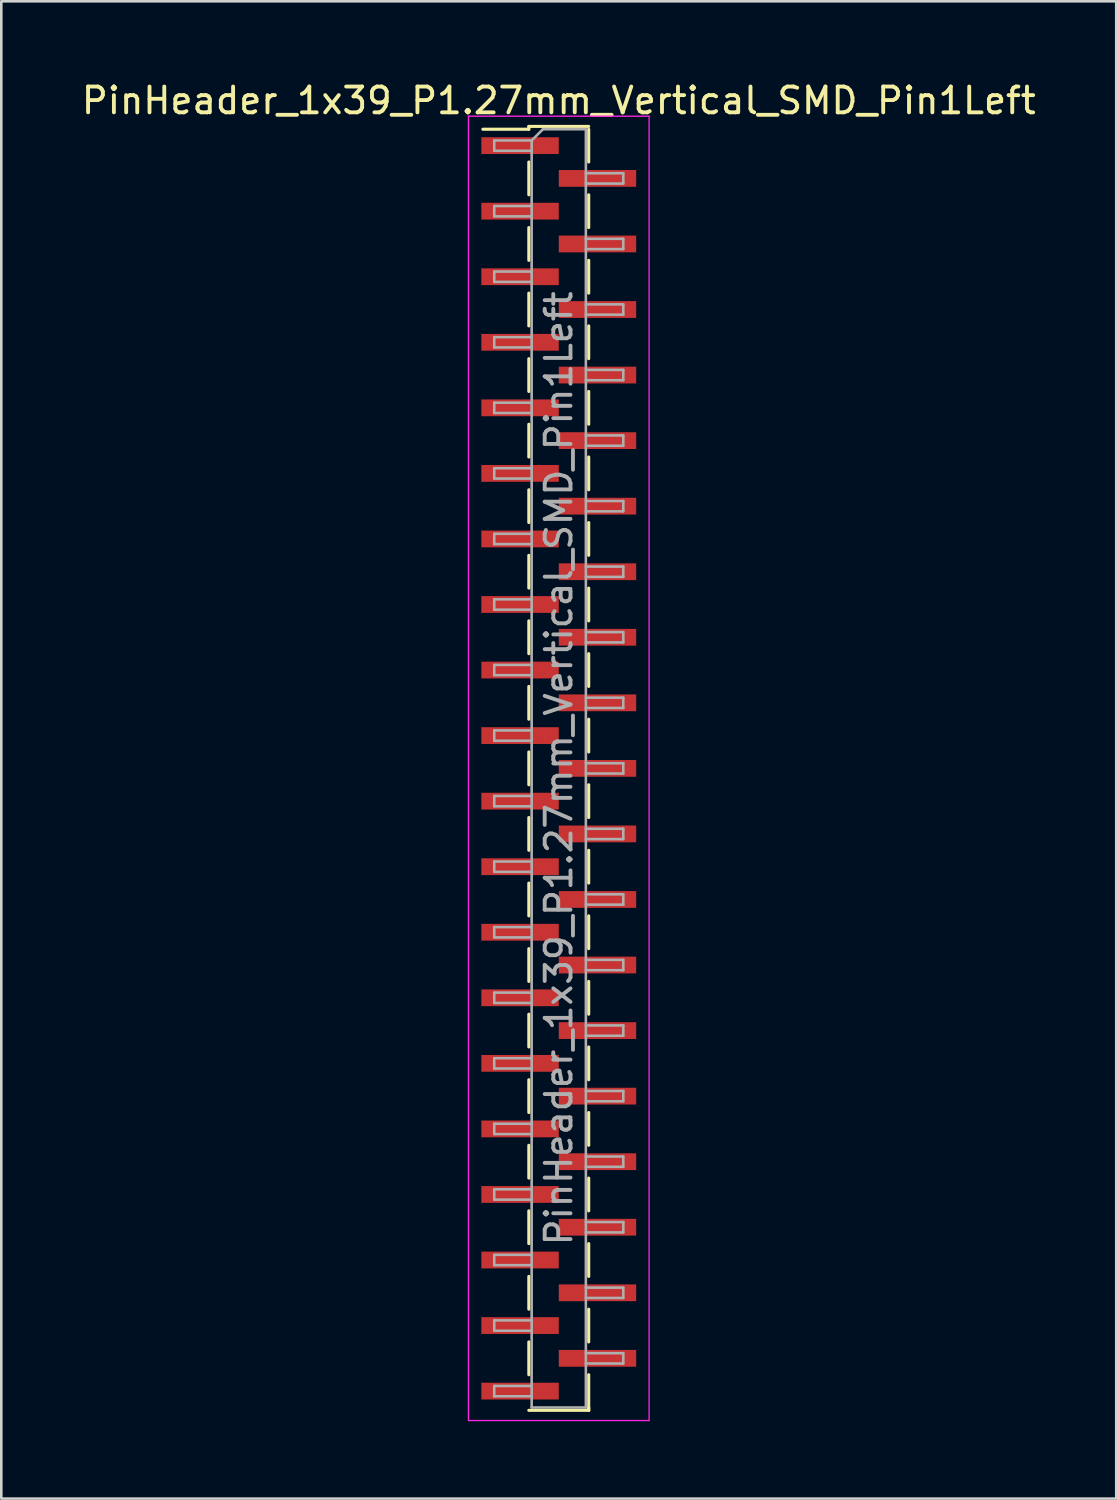
<source format=kicad_pcb>
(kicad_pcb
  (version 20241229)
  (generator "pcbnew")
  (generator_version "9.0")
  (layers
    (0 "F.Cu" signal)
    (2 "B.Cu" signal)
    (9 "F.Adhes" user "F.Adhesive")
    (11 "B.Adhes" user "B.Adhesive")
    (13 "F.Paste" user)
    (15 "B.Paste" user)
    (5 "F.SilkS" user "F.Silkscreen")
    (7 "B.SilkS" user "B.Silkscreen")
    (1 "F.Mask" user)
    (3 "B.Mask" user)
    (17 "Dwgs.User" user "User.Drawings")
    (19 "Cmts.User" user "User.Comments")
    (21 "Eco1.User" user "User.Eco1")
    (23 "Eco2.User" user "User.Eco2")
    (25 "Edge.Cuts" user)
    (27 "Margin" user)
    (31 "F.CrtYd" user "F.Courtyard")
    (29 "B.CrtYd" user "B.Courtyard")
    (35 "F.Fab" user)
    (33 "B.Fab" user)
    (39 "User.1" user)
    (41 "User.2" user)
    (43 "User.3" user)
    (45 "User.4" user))
  (footprint "PinHeader_1x39_P1.27mm_Vertical_SMD_Pin1Left"
    (layer "F.Cu")
    (at 18.601 26.723)
    (property "Reference" "PinHeader_1x39_P1.27mm_Vertical_SMD_Pin1Left" (at 0 -25.875 0) (layer "F.SilkS") (effects (font (size 1 1) (thickness 0.15))))
    (attr smd)
    (fp_line (start -1.16 -24.875) (end -1.16 -24.765) (stroke (width 0.12) (type solid)) (layer "F.SilkS"))
    (fp_line (start -1.16 -24.875) (end 1.16 -24.875) (stroke (width 0.12) (type solid)) (layer "F.SilkS"))
    (fp_line (start -1.16 -24.765) (end -2.94 -24.765) (stroke (width 0.12) (type solid)) (layer "F.SilkS"))
    (fp_line (start -1.16 -23.495) (end -1.16 -22.225) (stroke (width 0.12) (type solid)) (layer "F.SilkS"))
    (fp_line (start -1.16 -20.955) (end -1.16 -19.685) (stroke (width 0.12) (type solid)) (layer "F.SilkS"))
    (fp_line (start -1.16 -18.415) (end -1.16 -17.145) (stroke (width 0.12) (type solid)) (layer "F.SilkS"))
    (fp_line (start -1.16 -15.875) (end -1.16 -14.605) (stroke (width 0.12) (type solid)) (layer "F.SilkS"))
    (fp_line (start -1.16 -13.335) (end -1.16 -12.065) (stroke (width 0.12) (type solid)) (layer "F.SilkS"))
    (fp_line (start -1.16 -10.795) (end -1.16 -9.525) (stroke (width 0.12) (type solid)) (layer "F.SilkS"))
    (fp_line (start -1.16 -8.255) (end -1.16 -6.985) (stroke (width 0.12) (type solid)) (layer "F.SilkS"))
    (fp_line (start -1.16 -5.715) (end -1.16 -4.445) (stroke (width 0.12) (type solid)) (layer "F.SilkS"))
    (fp_line (start -1.16 -3.175) (end -1.16 -1.905) (stroke (width 0.12) (type solid)) (layer "F.SilkS"))
    (fp_line (start -1.16 -0.635) (end -1.16 0.635) (stroke (width 0.12) (type solid)) (layer "F.SilkS"))
    (fp_line (start -1.16 1.905) (end -1.16 3.175) (stroke (width 0.12) (type solid)) (layer "F.SilkS"))
    (fp_line (start -1.16 4.445) (end -1.16 5.715) (stroke (width 0.12) (type solid)) (layer "F.SilkS"))
    (fp_line (start -1.16 6.985) (end -1.16 8.255) (stroke (width 0.12) (type solid)) (layer "F.SilkS"))
    (fp_line (start -1.16 9.525) (end -1.16 10.795) (stroke (width 0.12) (type solid)) (layer "F.SilkS"))
    (fp_line (start -1.16 12.065) (end -1.16 13.335) (stroke (width 0.12) (type solid)) (layer "F.SilkS"))
    (fp_line (start -1.16 14.605) (end -1.16 15.875) (stroke (width 0.12) (type solid)) (layer "F.SilkS"))
    (fp_line (start -1.16 17.145) (end -1.16 18.415) (stroke (width 0.12) (type solid)) (layer "F.SilkS"))
    (fp_line (start -1.16 19.685) (end -1.16 20.955) (stroke (width 0.12) (type solid)) (layer "F.SilkS"))
    (fp_line (start -1.16 22.225) (end -1.16 23.495) (stroke (width 0.12) (type solid)) (layer "F.SilkS"))
    (fp_line (start -1.16 24.875) (end 1.16 24.875) (stroke (width 0.12) (type solid)) (layer "F.SilkS"))
    (fp_line (start 1.16 -24.765) (end 1.16 -23.495) (stroke (width 0.12) (type solid)) (layer "F.SilkS"))
    (fp_line (start 1.16 -22.225) (end 1.16 -20.955) (stroke (width 0.12) (type solid)) (layer "F.SilkS"))
    (fp_line (start 1.16 -19.685) (end 1.16 -18.415) (stroke (width 0.12) (type solid)) (layer "F.SilkS"))
    (fp_line (start 1.16 -17.145) (end 1.16 -15.875) (stroke (width 0.12) (type solid)) (layer "F.SilkS"))
    (fp_line (start 1.16 -14.605) (end 1.16 -13.335) (stroke (width 0.12) (type solid)) (layer "F.SilkS"))
    (fp_line (start 1.16 -12.065) (end 1.16 -10.795) (stroke (width 0.12) (type solid)) (layer "F.SilkS"))
    (fp_line (start 1.16 -9.525) (end 1.16 -8.255) (stroke (width 0.12) (type solid)) (layer "F.SilkS"))
    (fp_line (start 1.16 -6.985) (end 1.16 -5.715) (stroke (width 0.12) (type solid)) (layer "F.SilkS"))
    (fp_line (start 1.16 -4.445) (end 1.16 -3.175) (stroke (width 0.12) (type solid)) (layer "F.SilkS"))
    (fp_line (start 1.16 -1.905) (end 1.16 -0.635) (stroke (width 0.12) (type solid)) (layer "F.SilkS"))
    (fp_line (start 1.16 0.635) (end 1.16 1.905) (stroke (width 0.12) (type solid)) (layer "F.SilkS"))
    (fp_line (start 1.16 3.175) (end 1.16 4.445) (stroke (width 0.12) (type solid)) (layer "F.SilkS"))
    (fp_line (start 1.16 5.715) (end 1.16 6.985) (stroke (width 0.12) (type solid)) (layer "F.SilkS"))
    (fp_line (start 1.16 8.255) (end 1.16 9.525) (stroke (width 0.12) (type solid)) (layer "F.SilkS"))
    (fp_line (start 1.16 10.795) (end 1.16 12.065) (stroke (width 0.12) (type solid)) (layer "F.SilkS"))
    (fp_line (start 1.16 13.335) (end 1.16 14.605) (stroke (width 0.12) (type solid)) (layer "F.SilkS"))
    (fp_line (start 1.16 15.875) (end 1.16 17.145) (stroke (width 0.12) (type solid)) (layer "F.SilkS"))
    (fp_line (start 1.16 18.415) (end 1.16 19.685) (stroke (width 0.12) (type solid)) (layer "F.SilkS"))
    (fp_line (start 1.16 20.955) (end 1.16 22.225) (stroke (width 0.12) (type solid)) (layer "F.SilkS"))
    (fp_line (start 1.16 23.495) (end 1.16 24.875) (stroke (width 0.12) (type solid)) (layer "F.SilkS"))
    (fp_line (start 1.16 24.765) (end 1.16 24.875) (stroke (width 0.12) (type solid)) (layer "F.SilkS"))
    (fp_line (start -3.5 -25.27) (end -3.5 25.27) (stroke (width 0.05) (type solid)) (layer "F.CrtYd"))
    (fp_line (start -3.5 25.27) (end 3.5 25.27) (stroke (width 0.05) (type solid)) (layer "F.CrtYd"))
    (fp_line (start 3.5 -25.27) (end -3.5 -25.27) (stroke (width 0.05) (type solid)) (layer "F.CrtYd"))
    (fp_line (start 3.5 25.27) (end 3.5 -25.27) (stroke (width 0.05) (type solid)) (layer "F.CrtYd"))
    (fp_line (start -2.5 -24.33) (end -2.5 -23.93) (stroke (width 0.1) (type solid)) (layer "F.Fab"))
    (fp_line (start -2.5 -23.93) (end -1.05 -23.93) (stroke (width 0.1) (type solid)) (layer "F.Fab"))
    (fp_line (start -2.5 -21.79) (end -2.5 -21.39) (stroke (width 0.1) (type solid)) (layer "F.Fab"))
    (fp_line (start -2.5 -21.39) (end -1.05 -21.39) (stroke (width 0.1) (type solid)) (layer "F.Fab"))
    (fp_line (start -2.5 -19.25) (end -2.5 -18.85) (stroke (width 0.1) (type solid)) (layer "F.Fab"))
    (fp_line (start -2.5 -18.85) (end -1.05 -18.85) (stroke (width 0.1) (type solid)) (layer "F.Fab"))
    (fp_line (start -2.5 -16.71) (end -2.5 -16.31) (stroke (width 0.1) (type solid)) (layer "F.Fab"))
    (fp_line (start -2.5 -16.31) (end -1.05 -16.31) (stroke (width 0.1) (type solid)) (layer "F.Fab"))
    (fp_line (start -2.5 -14.17) (end -2.5 -13.77) (stroke (width 0.1) (type solid)) (layer "F.Fab"))
    (fp_line (start -2.5 -13.77) (end -1.05 -13.77) (stroke (width 0.1) (type solid)) (layer "F.Fab"))
    (fp_line (start -2.5 -11.63) (end -2.5 -11.23) (stroke (width 0.1) (type solid)) (layer "F.Fab"))
    (fp_line (start -2.5 -11.23) (end -1.05 -11.23) (stroke (width 0.1) (type solid)) (layer "F.Fab"))
    (fp_line (start -2.5 -9.09) (end -2.5 -8.69) (stroke (width 0.1) (type solid)) (layer "F.Fab"))
    (fp_line (start -2.5 -8.69) (end -1.05 -8.69) (stroke (width 0.1) (type solid)) (layer "F.Fab"))
    (fp_line (start -2.5 -6.55) (end -2.5 -6.15) (stroke (width 0.1) (type solid)) (layer "F.Fab"))
    (fp_line (start -2.5 -6.15) (end -1.05 -6.15) (stroke (width 0.1) (type solid)) (layer "F.Fab"))
    (fp_line (start -2.5 -4.01) (end -2.5 -3.61) (stroke (width 0.1) (type solid)) (layer "F.Fab"))
    (fp_line (start -2.5 -3.61) (end -1.05 -3.61) (stroke (width 0.1) (type solid)) (layer "F.Fab"))
    (fp_line (start -2.5 -1.47) (end -2.5 -1.07) (stroke (width 0.1) (type solid)) (layer "F.Fab"))
    (fp_line (start -2.5 -1.07) (end -1.05 -1.07) (stroke (width 0.1) (type solid)) (layer "F.Fab"))
    (fp_line (start -2.5 1.07) (end -2.5 1.47) (stroke (width 0.1) (type solid)) (layer "F.Fab"))
    (fp_line (start -2.5 1.47) (end -1.05 1.47) (stroke (width 0.1) (type solid)) (layer "F.Fab"))
    (fp_line (start -2.5 3.61) (end -2.5 4.01) (stroke (width 0.1) (type solid)) (layer "F.Fab"))
    (fp_line (start -2.5 4.01) (end -1.05 4.01) (stroke (width 0.1) (type solid)) (layer "F.Fab"))
    (fp_line (start -2.5 6.15) (end -2.5 6.55) (stroke (width 0.1) (type solid)) (layer "F.Fab"))
    (fp_line (start -2.5 6.55) (end -1.05 6.55) (stroke (width 0.1) (type solid)) (layer "F.Fab"))
    (fp_line (start -2.5 8.69) (end -2.5 9.09) (stroke (width 0.1) (type solid)) (layer "F.Fab"))
    (fp_line (start -2.5 9.09) (end -1.05 9.09) (stroke (width 0.1) (type solid)) (layer "F.Fab"))
    (fp_line (start -2.5 11.23) (end -2.5 11.63) (stroke (width 0.1) (type solid)) (layer "F.Fab"))
    (fp_line (start -2.5 11.63) (end -1.05 11.63) (stroke (width 0.1) (type solid)) (layer "F.Fab"))
    (fp_line (start -2.5 13.77) (end -2.5 14.17) (stroke (width 0.1) (type solid)) (layer "F.Fab"))
    (fp_line (start -2.5 14.17) (end -1.05 14.17) (stroke (width 0.1) (type solid)) (layer "F.Fab"))
    (fp_line (start -2.5 16.31) (end -2.5 16.71) (stroke (width 0.1) (type solid)) (layer "F.Fab"))
    (fp_line (start -2.5 16.71) (end -1.05 16.71) (stroke (width 0.1) (type solid)) (layer "F.Fab"))
    (fp_line (start -2.5 18.85) (end -2.5 19.25) (stroke (width 0.1) (type solid)) (layer "F.Fab"))
    (fp_line (start -2.5 19.25) (end -1.05 19.25) (stroke (width 0.1) (type solid)) (layer "F.Fab"))
    (fp_line (start -2.5 21.39) (end -2.5 21.79) (stroke (width 0.1) (type solid)) (layer "F.Fab"))
    (fp_line (start -2.5 21.79) (end -1.05 21.79) (stroke (width 0.1) (type solid)) (layer "F.Fab"))
    (fp_line (start -2.5 23.93) (end -2.5 24.33) (stroke (width 0.1) (type solid)) (layer "F.Fab"))
    (fp_line (start -2.5 24.33) (end -1.05 24.33) (stroke (width 0.1) (type solid)) (layer "F.Fab"))
    (fp_line (start -1.05 -24.33) (end -2.5 -24.33) (stroke (width 0.1) (type solid)) (layer "F.Fab"))
    (fp_line (start -1.05 -24.33) (end -0.615 -24.765) (stroke (width 0.1) (type solid)) (layer "F.Fab"))
    (fp_line (start -1.05 -21.79) (end -2.5 -21.79) (stroke (width 0.1) (type solid)) (layer "F.Fab"))
    (fp_line (start -1.05 -19.25) (end -2.5 -19.25) (stroke (width 0.1) (type solid)) (layer "F.Fab"))
    (fp_line (start -1.05 -16.71) (end -2.5 -16.71) (stroke (width 0.1) (type solid)) (layer "F.Fab"))
    (fp_line (start -1.05 -14.17) (end -2.5 -14.17) (stroke (width 0.1) (type solid)) (layer "F.Fab"))
    (fp_line (start -1.05 -11.63) (end -2.5 -11.63) (stroke (width 0.1) (type solid)) (layer "F.Fab"))
    (fp_line (start -1.05 -9.09) (end -2.5 -9.09) (stroke (width 0.1) (type solid)) (layer "F.Fab"))
    (fp_line (start -1.05 -6.55) (end -2.5 -6.55) (stroke (width 0.1) (type solid)) (layer "F.Fab"))
    (fp_line (start -1.05 -4.01) (end -2.5 -4.01) (stroke (width 0.1) (type solid)) (layer "F.Fab"))
    (fp_line (start -1.05 -1.47) (end -2.5 -1.47) (stroke (width 0.1) (type solid)) (layer "F.Fab"))
    (fp_line (start -1.05 1.07) (end -2.5 1.07) (stroke (width 0.1) (type solid)) (layer "F.Fab"))
    (fp_line (start -1.05 3.61) (end -2.5 3.61) (stroke (width 0.1) (type solid)) (layer "F.Fab"))
    (fp_line (start -1.05 6.15) (end -2.5 6.15) (stroke (width 0.1) (type solid)) (layer "F.Fab"))
    (fp_line (start -1.05 8.69) (end -2.5 8.69) (stroke (width 0.1) (type solid)) (layer "F.Fab"))
    (fp_line (start -1.05 11.23) (end -2.5 11.23) (stroke (width 0.1) (type solid)) (layer "F.Fab"))
    (fp_line (start -1.05 13.77) (end -2.5 13.77) (stroke (width 0.1) (type solid)) (layer "F.Fab"))
    (fp_line (start -1.05 16.31) (end -2.5 16.31) (stroke (width 0.1) (type solid)) (layer "F.Fab"))
    (fp_line (start -1.05 18.85) (end -2.5 18.85) (stroke (width 0.1) (type solid)) (layer "F.Fab"))
    (fp_line (start -1.05 21.39) (end -2.5 21.39) (stroke (width 0.1) (type solid)) (layer "F.Fab"))
    (fp_line (start -1.05 23.93) (end -2.5 23.93) (stroke (width 0.1) (type solid)) (layer "F.Fab"))
    (fp_line (start -1.05 24.765) (end -1.05 -24.33) (stroke (width 0.1) (type solid)) (layer "F.Fab"))
    (fp_line (start -0.615 -24.765) (end 1.05 -24.765) (stroke (width 0.1) (type solid)) (layer "F.Fab"))
    (fp_line (start 1.05 -24.765) (end 1.05 24.765) (stroke (width 0.1) (type solid)) (layer "F.Fab"))
    (fp_line (start 1.05 -23.06) (end 2.5 -23.06) (stroke (width 0.1) (type solid)) (layer "F.Fab"))
    (fp_line (start 1.05 -20.52) (end 2.5 -20.52) (stroke (width 0.1) (type solid)) (layer "F.Fab"))
    (fp_line (start 1.05 -17.98) (end 2.5 -17.98) (stroke (width 0.1) (type solid)) (layer "F.Fab"))
    (fp_line (start 1.05 -15.44) (end 2.5 -15.44) (stroke (width 0.1) (type solid)) (layer "F.Fab"))
    (fp_line (start 1.05 -12.9) (end 2.5 -12.9) (stroke (width 0.1) (type solid)) (layer "F.Fab"))
    (fp_line (start 1.05 -10.36) (end 2.5 -10.36) (stroke (width 0.1) (type solid)) (layer "F.Fab"))
    (fp_line (start 1.05 -7.82) (end 2.5 -7.82) (stroke (width 0.1) (type solid)) (layer "F.Fab"))
    (fp_line (start 1.05 -5.28) (end 2.5 -5.28) (stroke (width 0.1) (type solid)) (layer "F.Fab"))
    (fp_line (start 1.05 -2.74) (end 2.5 -2.74) (stroke (width 0.1) (type solid)) (layer "F.Fab"))
    (fp_line (start 1.05 -0.2) (end 2.5 -0.2) (stroke (width 0.1) (type solid)) (layer "F.Fab"))
    (fp_line (start 1.05 2.34) (end 2.5 2.34) (stroke (width 0.1) (type solid)) (layer "F.Fab"))
    (fp_line (start 1.05 4.88) (end 2.5 4.88) (stroke (width 0.1) (type solid)) (layer "F.Fab"))
    (fp_line (start 1.05 7.42) (end 2.5 7.42) (stroke (width 0.1) (type solid)) (layer "F.Fab"))
    (fp_line (start 1.05 9.96) (end 2.5 9.96) (stroke (width 0.1) (type solid)) (layer "F.Fab"))
    (fp_line (start 1.05 12.5) (end 2.5 12.5) (stroke (width 0.1) (type solid)) (layer "F.Fab"))
    (fp_line (start 1.05 15.04) (end 2.5 15.04) (stroke (width 0.1) (type solid)) (layer "F.Fab"))
    (fp_line (start 1.05 17.58) (end 2.5 17.58) (stroke (width 0.1) (type solid)) (layer "F.Fab"))
    (fp_line (start 1.05 20.12) (end 2.5 20.12) (stroke (width 0.1) (type solid)) (layer "F.Fab"))
    (fp_line (start 1.05 22.66) (end 2.5 22.66) (stroke (width 0.1) (type solid)) (layer "F.Fab"))
    (fp_line (start 1.05 24.765) (end -1.05 24.765) (stroke (width 0.1) (type solid)) (layer "F.Fab"))
    (fp_line (start 2.5 -23.06) (end 2.5 -22.66) (stroke (width 0.1) (type solid)) (layer "F.Fab"))
    (fp_line (start 2.5 -22.66) (end 1.05 -22.66) (stroke (width 0.1) (type solid)) (layer "F.Fab"))
    (fp_line (start 2.5 -20.52) (end 2.5 -20.12) (stroke (width 0.1) (type solid)) (layer "F.Fab"))
    (fp_line (start 2.5 -20.12) (end 1.05 -20.12) (stroke (width 0.1) (type solid)) (layer "F.Fab"))
    (fp_line (start 2.5 -17.98) (end 2.5 -17.58) (stroke (width 0.1) (type solid)) (layer "F.Fab"))
    (fp_line (start 2.5 -17.58) (end 1.05 -17.58) (stroke (width 0.1) (type solid)) (layer "F.Fab"))
    (fp_line (start 2.5 -15.44) (end 2.5 -15.04) (stroke (width 0.1) (type solid)) (layer "F.Fab"))
    (fp_line (start 2.5 -15.04) (end 1.05 -15.04) (stroke (width 0.1) (type solid)) (layer "F.Fab"))
    (fp_line (start 2.5 -12.9) (end 2.5 -12.5) (stroke (width 0.1) (type solid)) (layer "F.Fab"))
    (fp_line (start 2.5 -12.5) (end 1.05 -12.5) (stroke (width 0.1) (type solid)) (layer "F.Fab"))
    (fp_line (start 2.5 -10.36) (end 2.5 -9.96) (stroke (width 0.1) (type solid)) (layer "F.Fab"))
    (fp_line (start 2.5 -9.96) (end 1.05 -9.96) (stroke (width 0.1) (type solid)) (layer "F.Fab"))
    (fp_line (start 2.5 -7.82) (end 2.5 -7.42) (stroke (width 0.1) (type solid)) (layer "F.Fab"))
    (fp_line (start 2.5 -7.42) (end 1.05 -7.42) (stroke (width 0.1) (type solid)) (layer "F.Fab"))
    (fp_line (start 2.5 -5.28) (end 2.5 -4.88) (stroke (width 0.1) (type solid)) (layer "F.Fab"))
    (fp_line (start 2.5 -4.88) (end 1.05 -4.88) (stroke (width 0.1) (type solid)) (layer "F.Fab"))
    (fp_line (start 2.5 -2.74) (end 2.5 -2.34) (stroke (width 0.1) (type solid)) (layer "F.Fab"))
    (fp_line (start 2.5 -2.34) (end 1.05 -2.34) (stroke (width 0.1) (type solid)) (layer "F.Fab"))
    (fp_line (start 2.5 -0.2) (end 2.5 0.2) (stroke (width 0.1) (type solid)) (layer "F.Fab"))
    (fp_line (start 2.5 0.2) (end 1.05 0.2) (stroke (width 0.1) (type solid)) (layer "F.Fab"))
    (fp_line (start 2.5 2.34) (end 2.5 2.74) (stroke (width 0.1) (type solid)) (layer "F.Fab"))
    (fp_line (start 2.5 2.74) (end 1.05 2.74) (stroke (width 0.1) (type solid)) (layer "F.Fab"))
    (fp_line (start 2.5 4.88) (end 2.5 5.28) (stroke (width 0.1) (type solid)) (layer "F.Fab"))
    (fp_line (start 2.5 5.28) (end 1.05 5.28) (stroke (width 0.1) (type solid)) (layer "F.Fab"))
    (fp_line (start 2.5 7.42) (end 2.5 7.82) (stroke (width 0.1) (type solid)) (layer "F.Fab"))
    (fp_line (start 2.5 7.82) (end 1.05 7.82) (stroke (width 0.1) (type solid)) (layer "F.Fab"))
    (fp_line (start 2.5 9.96) (end 2.5 10.36) (stroke (width 0.1) (type solid)) (layer "F.Fab"))
    (fp_line (start 2.5 10.36) (end 1.05 10.36) (stroke (width 0.1) (type solid)) (layer "F.Fab"))
    (fp_line (start 2.5 12.5) (end 2.5 12.9) (stroke (width 0.1) (type solid)) (layer "F.Fab"))
    (fp_line (start 2.5 12.9) (end 1.05 12.9) (stroke (width 0.1) (type solid)) (layer "F.Fab"))
    (fp_line (start 2.5 15.04) (end 2.5 15.44) (stroke (width 0.1) (type solid)) (layer "F.Fab"))
    (fp_line (start 2.5 15.44) (end 1.05 15.44) (stroke (width 0.1) (type solid)) (layer "F.Fab"))
    (fp_line (start 2.5 17.58) (end 2.5 17.98) (stroke (width 0.1) (type solid)) (layer "F.Fab"))
    (fp_line (start 2.5 17.98) (end 1.05 17.98) (stroke (width 0.1) (type solid)) (layer "F.Fab"))
    (fp_line (start 2.5 20.12) (end 2.5 20.52) (stroke (width 0.1) (type solid)) (layer "F.Fab"))
    (fp_line (start 2.5 20.52) (end 1.05 20.52) (stroke (width 0.1) (type solid)) (layer "F.Fab"))
    (fp_line (start 2.5 22.66) (end 2.5 23.06) (stroke (width 0.1) (type solid)) (layer "F.Fab"))
    (fp_line (start 2.5 23.06) (end 1.05 23.06) (stroke (width 0.1) (type solid)) (layer "F.Fab"))
    (fp_text user "${REFERENCE}" (at 0 0 90) (layer "F.Fab") (effects (font (size 1 1) (thickness 0.15))))
    (pad "1" smd rect (at -1.5 -24.13) (size 3 0.65) (layers "F.Cu" "F.Mask" "F.Paste"))
    (pad "2" smd rect (at 1.5 -22.86) (size 3 0.65) (layers "F.Cu" "F.Mask" "F.Paste"))
    (pad "3" smd rect (at -1.5 -21.59) (size 3 0.65) (layers "F.Cu" "F.Mask" "F.Paste"))
    (pad "4" smd rect (at 1.5 -20.32) (size 3 0.65) (layers "F.Cu" "F.Mask" "F.Paste"))
    (pad "5" smd rect (at -1.5 -19.05) (size 3 0.65) (layers "F.Cu" "F.Mask" "F.Paste"))
    (pad "6" smd rect (at 1.5 -17.78) (size 3 0.65) (layers "F.Cu" "F.Mask" "F.Paste"))
    (pad "7" smd rect (at -1.5 -16.51) (size 3 0.65) (layers "F.Cu" "F.Mask" "F.Paste"))
    (pad "8" smd rect (at 1.5 -15.24) (size 3 0.65) (layers "F.Cu" "F.Mask" "F.Paste"))
    (pad "9" smd rect (at -1.5 -13.97) (size 3 0.65) (layers "F.Cu" "F.Mask" "F.Paste"))
    (pad "10" smd rect (at 1.5 -12.7) (size 3 0.65) (layers "F.Cu" "F.Mask" "F.Paste"))
    (pad "11" smd rect (at -1.5 -11.43) (size 3 0.65) (layers "F.Cu" "F.Mask" "F.Paste"))
    (pad "12" smd rect (at 1.5 -10.16) (size 3 0.65) (layers "F.Cu" "F.Mask" "F.Paste"))
    (pad "13" smd rect (at -1.5 -8.89) (size 3 0.65) (layers "F.Cu" "F.Mask" "F.Paste"))
    (pad "14" smd rect (at 1.5 -7.62) (size 3 0.65) (layers "F.Cu" "F.Mask" "F.Paste"))
    (pad "15" smd rect (at -1.5 -6.35) (size 3 0.65) (layers "F.Cu" "F.Mask" "F.Paste"))
    (pad "16" smd rect (at 1.5 -5.08) (size 3 0.65) (layers "F.Cu" "F.Mask" "F.Paste"))
    (pad "17" smd rect (at -1.5 -3.81) (size 3 0.65) (layers "F.Cu" "F.Mask" "F.Paste"))
    (pad "18" smd rect (at 1.5 -2.54) (size 3 0.65) (layers "F.Cu" "F.Mask" "F.Paste"))
    (pad "19" smd rect (at -1.5 -1.27) (size 3 0.65) (layers "F.Cu" "F.Mask" "F.Paste"))
    (pad "20" smd rect (at 1.5 0) (size 3 0.65) (layers "F.Cu" "F.Mask" "F.Paste"))
    (pad "21" smd rect (at -1.5 1.27) (size 3 0.65) (layers "F.Cu" "F.Mask" "F.Paste"))
    (pad "22" smd rect (at 1.5 2.54) (size 3 0.65) (layers "F.Cu" "F.Mask" "F.Paste"))
    (pad "23" smd rect (at -1.5 3.81) (size 3 0.65) (layers "F.Cu" "F.Mask" "F.Paste"))
    (pad "24" smd rect (at 1.5 5.08) (size 3 0.65) (layers "F.Cu" "F.Mask" "F.Paste"))
    (pad "25" smd rect (at -1.5 6.35) (size 3 0.65) (layers "F.Cu" "F.Mask" "F.Paste"))
    (pad "26" smd rect (at 1.5 7.62) (size 3 0.65) (layers "F.Cu" "F.Mask" "F.Paste"))
    (pad "27" smd rect (at -1.5 8.89) (size 3 0.65) (layers "F.Cu" "F.Mask" "F.Paste"))
    (pad "28" smd rect (at 1.5 10.16) (size 3 0.65) (layers "F.Cu" "F.Mask" "F.Paste"))
    (pad "29" smd rect (at -1.5 11.43) (size 3 0.65) (layers "F.Cu" "F.Mask" "F.Paste"))
    (pad "30" smd rect (at 1.5 12.7) (size 3 0.65) (layers "F.Cu" "F.Mask" "F.Paste"))
    (pad "31" smd rect (at -1.5 13.97) (size 3 0.65) (layers "F.Cu" "F.Mask" "F.Paste"))
    (pad "32" smd rect (at 1.5 15.24) (size 3 0.65) (layers "F.Cu" "F.Mask" "F.Paste"))
    (pad "33" smd rect (at -1.5 16.51) (size 3 0.65) (layers "F.Cu" "F.Mask" "F.Paste"))
    (pad "34" smd rect (at 1.5 17.78) (size 3 0.65) (layers "F.Cu" "F.Mask" "F.Paste"))
    (pad "35" smd rect (at -1.5 19.05) (size 3 0.65) (layers "F.Cu" "F.Mask" "F.Paste"))
    (pad "36" smd rect (at 1.5 20.32) (size 3 0.65) (layers "F.Cu" "F.Mask" "F.Paste"))
    (pad "37" smd rect (at -1.5 21.59) (size 3 0.65) (layers "F.Cu" "F.Mask" "F.Paste"))
    (pad "38" smd rect (at 1.5 22.86) (size 3 0.65) (layers "F.Cu" "F.Mask" "F.Paste"))
    (pad "39" smd rect (at -1.5 24.13) (size 3 0.65) (layers "F.Cu" "F.Mask" "F.Paste")))
  (gr_rect
    (start -3 -3)
    (end 40.202 55.018)
    (stroke (width 0.1) (type default))
    (fill no)
    (layer "Edge.Cuts")))
</source>
